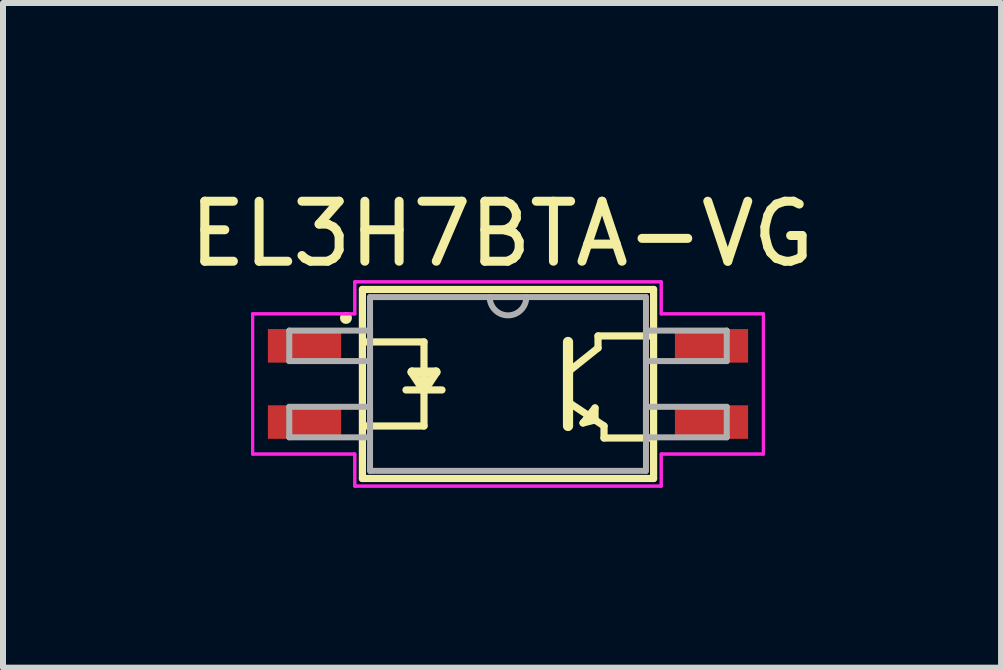
<source format=kicad_pcb>
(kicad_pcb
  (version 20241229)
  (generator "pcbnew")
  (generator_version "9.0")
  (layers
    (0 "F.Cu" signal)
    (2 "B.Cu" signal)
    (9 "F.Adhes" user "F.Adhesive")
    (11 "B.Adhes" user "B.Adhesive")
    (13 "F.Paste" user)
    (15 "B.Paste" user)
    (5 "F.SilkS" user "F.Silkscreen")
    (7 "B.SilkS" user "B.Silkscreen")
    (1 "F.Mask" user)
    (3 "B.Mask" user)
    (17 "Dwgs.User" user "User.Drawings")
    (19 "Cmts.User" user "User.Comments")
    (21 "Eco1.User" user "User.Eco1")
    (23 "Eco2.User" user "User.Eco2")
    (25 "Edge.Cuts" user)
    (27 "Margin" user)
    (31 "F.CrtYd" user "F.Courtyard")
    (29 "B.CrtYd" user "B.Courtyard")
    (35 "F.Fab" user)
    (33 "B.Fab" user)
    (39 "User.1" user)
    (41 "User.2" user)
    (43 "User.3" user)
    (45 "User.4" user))
  (footprint "EL3H7BTA-VG"
    (layer "F.Cu")
    (at 5.415 3.348)
    (property "Reference" "EL3H7BTA-VG" (at -0.1 -2.5 0) (layer "F.SilkS") (effects (font (size 1 1) (thickness 0.15))))
    (attr through_hole)
    (fp_line (start -2.426 -1.575) (end -2.426 1.575) (stroke (width 0.12) (type solid)) (layer "F.SilkS"))
    (fp_line (start -2.426 1.575) (end 2.426 1.575) (stroke (width 0.12) (type solid)) (layer "F.SilkS"))
    (fp_line (start -2.4 -0.7) (end -1.4 -0.7) (stroke (width 0.12) (type solid)) (layer "F.SilkS"))
    (fp_line (start -1.7 0.1) (end -1.1 0.1) (stroke (width 0.12) (type solid)) (layer "F.SilkS"))
    (fp_line (start -1.4 -0.7) (end -1.4 0.7) (stroke (width 0.12) (type solid)) (layer "F.SilkS"))
    (fp_line (start -1.4 0.1) (end -1.6 -0.2) (stroke (width 0.15) (type solid)) (layer "F.SilkS"))
    (fp_line (start -1.4 0.1) (end -1.2 -0.2) (stroke (width 0.15) (type solid)) (layer "F.SilkS"))
    (fp_line (start -1.4 0.7) (end -2.4 0.7) (stroke (width 0.12) (type solid)) (layer "F.SilkS"))
    (fp_line (start -1.2 -0.2) (end -1.6 -0.2) (stroke (width 0.15) (type solid)) (layer "F.SilkS"))
    (fp_line (start 1 -0.7) (end 1 0.7) (stroke (width 0.17) (type solid)) (layer "F.SilkS"))
    (fp_line (start 1.25 0.65) (end 1.45 0.6) (stroke (width 0.12) (type solid)) (layer "F.SilkS"))
    (fp_line (start 1.45 0.4) (end 1.25 0.65) (stroke (width 0.12) (type solid)) (layer "F.SilkS"))
    (fp_line (start 1.45 0.6) (end 1.45 0.4) (stroke (width 0.12) (type solid)) (layer "F.SilkS"))
    (fp_line (start 1.5 -0.8) (end 1.5 -0.6) (stroke (width 0.12) (type solid)) (layer "F.SilkS"))
    (fp_line (start 1.5 -0.6) (end 1 -0.2) (stroke (width 0.12) (type solid)) (layer "F.SilkS"))
    (fp_line (start 1.6 0.7) (end 1 0.3) (stroke (width 0.12) (type solid)) (layer "F.SilkS"))
    (fp_line (start 1.6 0.9) (end 1.6 0.7) (stroke (width 0.12) (type solid)) (layer "F.SilkS"))
    (fp_line (start 1.6 0.9) (end 2.4 0.9) (stroke (width 0.12) (type solid)) (layer "F.SilkS"))
    (fp_line (start 2.4 -0.8) (end 1.5 -0.8) (stroke (width 0.12) (type solid)) (layer "F.SilkS"))
    (fp_line (start 2.426 -1.575) (end -2.426 -1.575) (stroke (width 0.12) (type solid)) (layer "F.SilkS"))
    (fp_line (start 2.426 1.575) (end 2.426 -1.575) (stroke (width 0.12) (type solid)) (layer "F.SilkS"))
    (fp_circle (center -2.7 -1.1) (end -2.65 -1.1) (stroke (width 0.1) (type solid)) (fill no) (layer "F.SilkS"))
    (fp_line (start -4.255 -1.168) (end -2.553 -1.168) (stroke (width 0.05) (type solid)) (layer "F.CrtYd"))
    (fp_line (start -4.255 -1.168) (end -2.553 -1.168) (stroke (width 0.05) (type solid)) (layer "F.CrtYd"))
    (fp_line (start -4.255 1.168) (end -4.255 -1.168) (stroke (width 0.05) (type solid)) (layer "F.CrtYd"))
    (fp_line (start -4.255 1.168) (end -4.255 -1.168) (stroke (width 0.05) (type solid)) (layer "F.CrtYd"))
    (fp_line (start -4.255 1.168) (end -2.553 1.168) (stroke (width 0.05) (type solid)) (layer "F.CrtYd"))
    (fp_line (start -2.553 -1.702) (end 2.553 -1.702) (stroke (width 0.05) (type solid)) (layer "F.CrtYd"))
    (fp_line (start -2.553 -1.702) (end 2.553 -1.702) (stroke (width 0.05) (type solid)) (layer "F.CrtYd"))
    (fp_line (start -2.553 -1.168) (end -2.553 -1.702) (stroke (width 0.05) (type solid)) (layer "F.CrtYd"))
    (fp_line (start -2.553 -1.168) (end -2.553 -1.702) (stroke (width 0.05) (type solid)) (layer "F.CrtYd"))
    (fp_line (start -2.553 1.168) (end -4.255 1.168) (stroke (width 0.05) (type solid)) (layer "F.CrtYd"))
    (fp_line (start -2.553 1.702) (end -2.553 1.168) (stroke (width 0.05) (type solid)) (layer "F.CrtYd"))
    (fp_line (start -2.553 1.702) (end -2.553 1.168) (stroke (width 0.05) (type solid)) (layer "F.CrtYd"))
    (fp_line (start 2.553 -1.702) (end 2.553 -1.168) (stroke (width 0.05) (type solid)) (layer "F.CrtYd"))
    (fp_line (start 2.553 -1.702) (end 2.553 -1.168) (stroke (width 0.05) (type solid)) (layer "F.CrtYd"))
    (fp_line (start 2.553 -1.168) (end 4.255 -1.168) (stroke (width 0.05) (type solid)) (layer "F.CrtYd"))
    (fp_line (start 2.553 1.168) (end 2.553 1.702) (stroke (width 0.05) (type solid)) (layer "F.CrtYd"))
    (fp_line (start 2.553 1.168) (end 2.553 1.702) (stroke (width 0.05) (type solid)) (layer "F.CrtYd"))
    (fp_line (start 2.553 1.702) (end -2.553 1.702) (stroke (width 0.05) (type solid)) (layer "F.CrtYd"))
    (fp_line (start 2.553 1.702) (end -2.553 1.702) (stroke (width 0.05) (type solid)) (layer "F.CrtYd"))
    (fp_line (start 4.255 -1.168) (end 2.553 -1.168) (stroke (width 0.05) (type solid)) (layer "F.CrtYd"))
    (fp_line (start 4.255 -1.168) (end 4.255 1.168) (stroke (width 0.05) (type solid)) (layer "F.CrtYd"))
    (fp_line (start 4.255 -1.168) (end 4.255 1.168) (stroke (width 0.05) (type solid)) (layer "F.CrtYd"))
    (fp_line (start 4.255 1.168) (end 2.553 1.168) (stroke (width 0.05) (type solid)) (layer "F.CrtYd"))
    (fp_line (start 4.255 1.168) (end 2.553 1.168) (stroke (width 0.05) (type solid)) (layer "F.CrtYd"))
    (fp_line (start -3.645 -0.889) (end -3.645 -0.381) (stroke (width 0.1) (type solid)) (layer "F.Fab"))
    (fp_line (start -3.645 -0.381) (end -2.299 -0.381) (stroke (width 0.1) (type solid)) (layer "F.Fab"))
    (fp_line (start -3.645 0.381) (end -3.645 0.889) (stroke (width 0.1) (type solid)) (layer "F.Fab"))
    (fp_line (start -3.645 0.889) (end -2.299 0.889) (stroke (width 0.1) (type solid)) (layer "F.Fab"))
    (fp_line (start -2.299 -1.448) (end -2.299 1.448) (stroke (width 0.1) (type solid)) (layer "F.Fab"))
    (fp_line (start -2.299 -0.889) (end -3.645 -0.889) (stroke (width 0.1) (type solid)) (layer "F.Fab"))
    (fp_line (start -2.299 -0.381) (end -2.299 -0.889) (stroke (width 0.1) (type solid)) (layer "F.Fab"))
    (fp_line (start -2.299 0.381) (end -3.645 0.381) (stroke (width 0.1) (type solid)) (layer "F.Fab"))
    (fp_line (start -2.299 0.889) (end -2.299 0.381) (stroke (width 0.1) (type solid)) (layer "F.Fab"))
    (fp_line (start -2.299 1.448) (end 2.299 1.448) (stroke (width 0.1) (type solid)) (layer "F.Fab"))
    (fp_line (start 2.299 -1.448) (end -2.299 -1.448) (stroke (width 0.1) (type solid)) (layer "F.Fab"))
    (fp_line (start 2.299 -0.889) (end 2.299 -0.381) (stroke (width 0.1) (type solid)) (layer "F.Fab"))
    (fp_line (start 2.299 -0.381) (end 3.645 -0.381) (stroke (width 0.1) (type solid)) (layer "F.Fab"))
    (fp_line (start 2.299 0.381) (end 2.299 0.889) (stroke (width 0.1) (type solid)) (layer "F.Fab"))
    (fp_line (start 2.299 0.889) (end 3.645 0.889) (stroke (width 0.1) (type solid)) (layer "F.Fab"))
    (fp_line (start 2.299 1.448) (end 2.299 -1.448) (stroke (width 0.1) (type solid)) (layer "F.Fab"))
    (fp_line (start 3.645 -0.889) (end 2.299 -0.889) (stroke (width 0.1) (type solid)) (layer "F.Fab"))
    (fp_line (start 3.645 -0.381) (end 3.645 -0.889) (stroke (width 0.1) (type solid)) (layer "F.Fab"))
    (fp_line (start 3.645 0.381) (end 2.299 0.381) (stroke (width 0.1) (type solid)) (layer "F.Fab"))
    (fp_line (start 3.645 0.889) (end 3.645 0.381) (stroke (width 0.1) (type solid)) (layer "F.Fab"))
    (fp_arc (start 0.3048 -1.4478) (mid 0 -1.143) (end -0.3048 -1.4478) (stroke (width 0.1) (type solid)) (layer "F.Fab"))
    (pad "1" smd rect (at -3.391 -0.635) (size 1.219 0.559) (layers "F.Cu" "F.Mask" "F.Paste"))
    (pad "2" smd rect (at -3.391 0.635) (size 1.219 0.559) (layers "F.Cu" "F.Mask" "F.Paste"))
    (pad "3" smd rect (at 3.391 0.635) (size 1.219 0.559) (layers "F.Cu" "F.Mask" "F.Paste"))
    (pad "4" smd rect (at 3.391 -0.635) (size 1.219 0.559) (layers "F.Cu" "F.Mask" "F.Paste")))
  (gr_rect
    (start -3 -3)
    (end 13.631 8.075)
    (stroke (width 0.1) (type default))
    (fill no)
    (layer "Edge.Cuts")))
</source>
